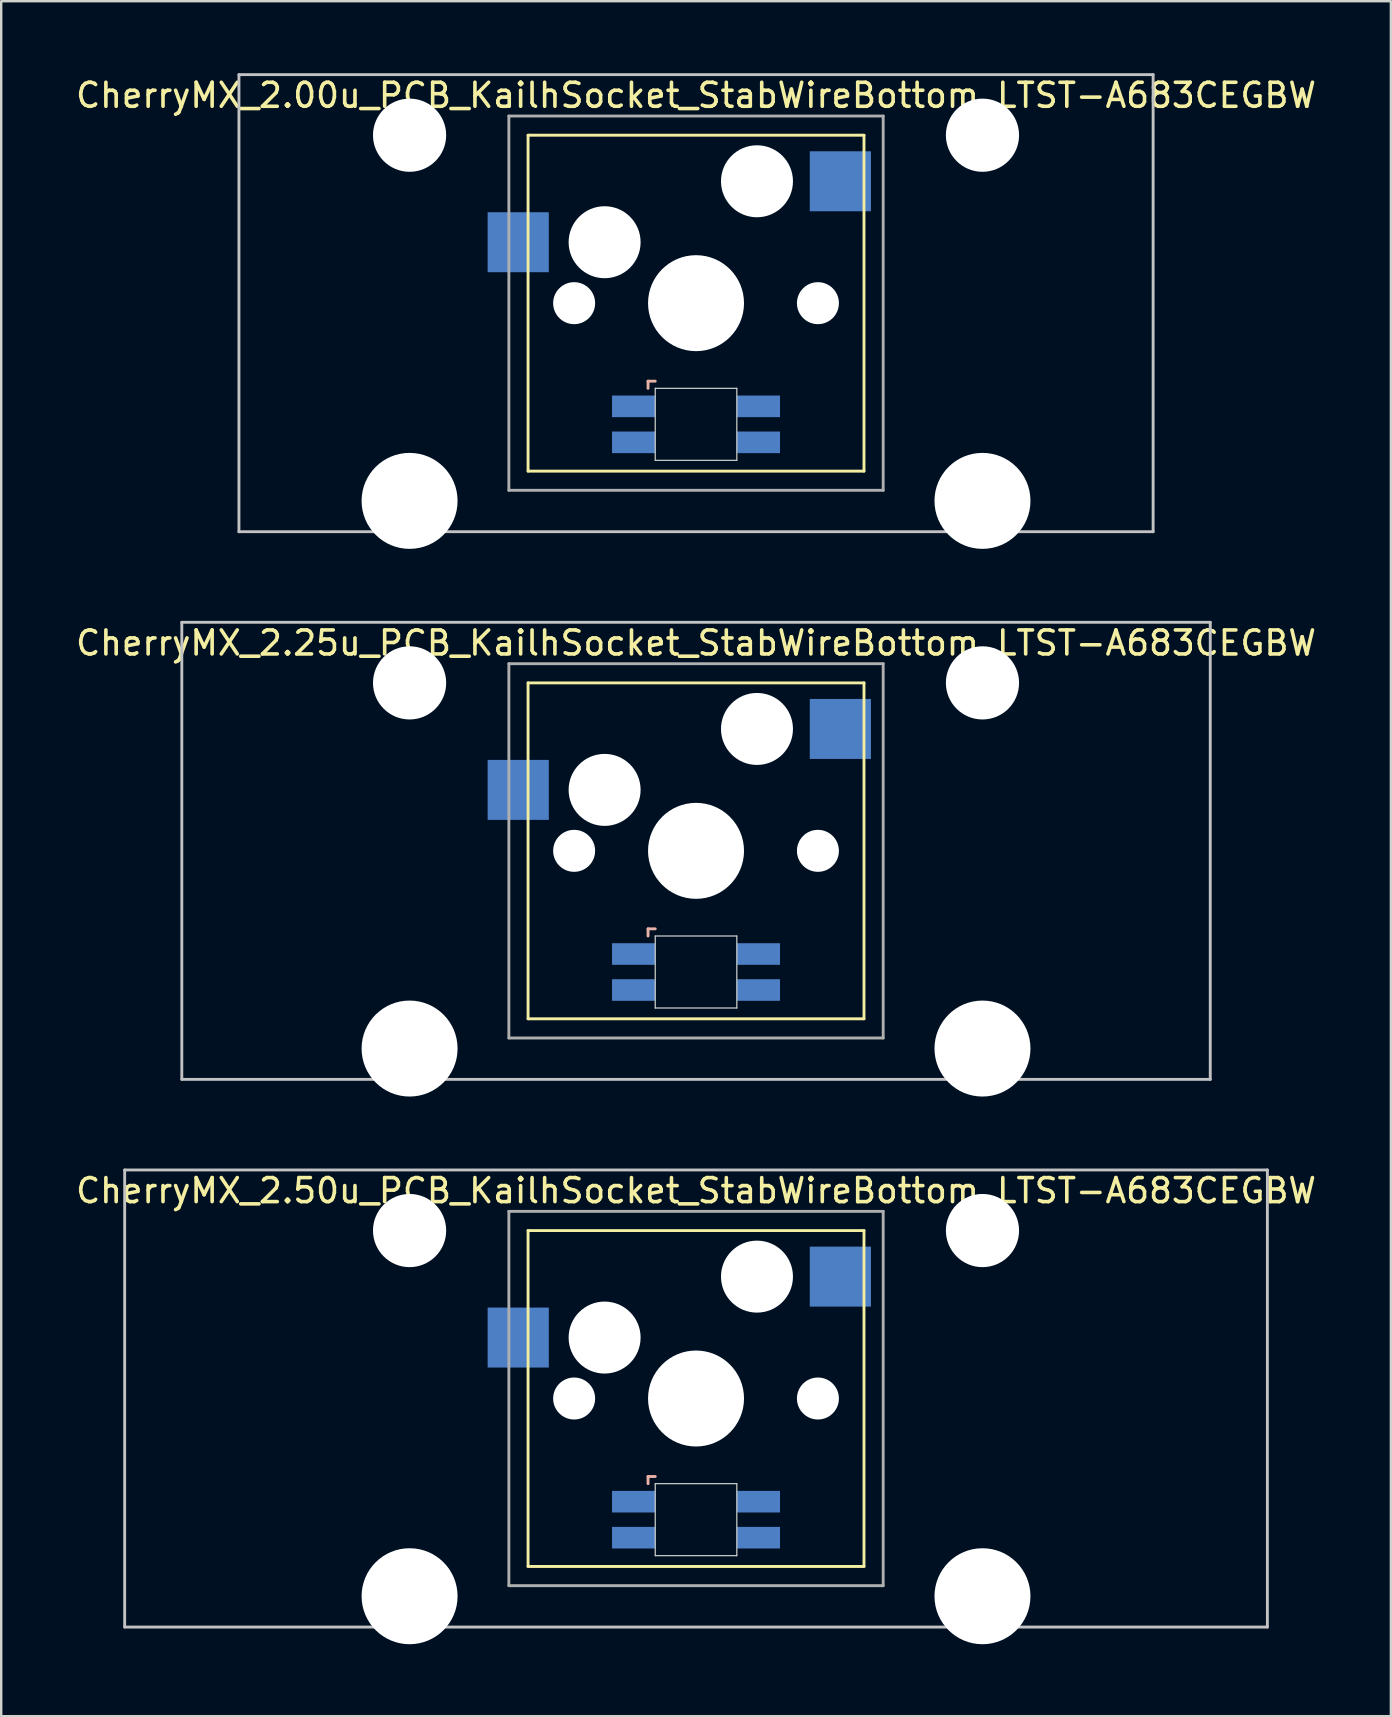
<source format=kicad_pcb>
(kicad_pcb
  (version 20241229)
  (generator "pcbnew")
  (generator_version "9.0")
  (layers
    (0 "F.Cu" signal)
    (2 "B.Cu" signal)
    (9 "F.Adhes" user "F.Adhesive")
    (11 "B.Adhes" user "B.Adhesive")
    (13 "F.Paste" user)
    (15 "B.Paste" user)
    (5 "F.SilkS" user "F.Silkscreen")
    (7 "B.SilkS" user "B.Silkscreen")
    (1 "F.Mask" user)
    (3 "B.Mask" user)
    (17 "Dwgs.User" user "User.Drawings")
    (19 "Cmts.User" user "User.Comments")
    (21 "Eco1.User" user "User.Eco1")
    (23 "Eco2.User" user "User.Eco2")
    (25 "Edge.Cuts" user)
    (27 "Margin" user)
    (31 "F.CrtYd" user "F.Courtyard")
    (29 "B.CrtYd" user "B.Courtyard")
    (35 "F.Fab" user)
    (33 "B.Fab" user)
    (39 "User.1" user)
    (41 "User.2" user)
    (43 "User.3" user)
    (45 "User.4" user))
  (footprint "CherryMX_2.25u_PCB_KailhSocket_StabWireBottom_LTST-A683CEGBW"
    (layer "F.Cu")
    (at 25.958 32.41)
    (property "Reference" "CherryMX_2.25u_PCB_KailhSocket_StabWireBottom_LTST-A683CEGBW" (at 0 -8.662 0) (layer "F.SilkS") (effects (font (size 1 1) (thickness 0.15))))
    (attr through_hole)
    (fp_line (start -7 -7) (end -7 7) (stroke (width 0.12) (type solid)) (layer "F.SilkS"))
    (fp_line (start -7 -7) (end 7 -7) (stroke (width 0.12) (type solid)) (layer "F.SilkS"))
    (fp_line (start 7 -7) (end 7 7) (stroke (width 0.12) (type solid)) (layer "F.SilkS"))
    (fp_line (start 7 7) (end -7 7) (stroke (width 0.12) (type solid)) (layer "F.SilkS"))
    (fp_line (start -2 3.25) (end -2 3.55) (stroke (width 0.12) (type solid)) (layer "B.SilkS"))
    (fp_line (start -1.7 3.25) (end -2 3.25) (stroke (width 0.12) (type solid)) (layer "B.SilkS"))
    (fp_line (start -21.431 -9.525) (end 21.431 -9.525) (stroke (width 0.12) (type solid)) (layer "Dwgs.User"))
    (fp_line (start -21.431 9.525) (end -21.431 -9.525) (stroke (width 0.12) (type solid)) (layer "Dwgs.User"))
    (fp_line (start 21.431 -9.525) (end 21.431 9.525) (stroke (width 0.12) (type solid)) (layer "Dwgs.User"))
    (fp_line (start 21.431 9.525) (end -21.431 9.525) (stroke (width 0.12) (type solid)) (layer "Dwgs.User"))
    (fp_line (start -1.7 3.55) (end 1.7 3.55) (stroke (width 0.05) (type solid)) (layer "Edge.Cuts"))
    (fp_line (start -1.7 6.55) (end -1.7 3.55) (stroke (width 0.05) (type solid)) (layer "Edge.Cuts"))
    (fp_line (start 1.7 3.55) (end 1.7 6.55) (stroke (width 0.05) (type solid)) (layer "Edge.Cuts"))
    (fp_line (start 1.7 6.55) (end -1.7 6.55) (stroke (width 0.05) (type solid)) (layer "Edge.Cuts"))
    (fp_line (start -7.8 -7.8) (end -7.8 7.8) (stroke (width 0.12) (type solid)) (layer "F.Fab"))
    (fp_line (start -7.8 -7.8) (end 7.8 -7.8) (stroke (width 0.12) (type solid)) (layer "F.Fab"))
    (fp_line (start -7.8 7.8) (end 7.8 7.8) (stroke (width 0.12) (type solid)) (layer "F.Fab"))
    (fp_line (start 7.8 -7.8) (end 7.8 7.8) (stroke (width 0.12) (type solid)) (layer "F.Fab"))
    (pad "" np_thru_hole circle (at -11.938 -7) (size 3.05 3.05) (drill 3.05) (layers "*.Cu" "*.Mask"))
    (pad "" np_thru_hole circle (at -11.938 8.24) (size 4 4) (drill 4) (layers "*.Cu" "*.Mask"))
    (pad "" np_thru_hole circle (at -5.08 0) (size 1.75 1.75) (drill 1.75) (layers "*.Cu" "*.Mask"))
    (pad "" np_thru_hole circle (at -3.81 -2.54) (size 3 3) (drill 3) (layers "*.Cu" "*.Mask"))
    (pad "" np_thru_hole circle (at 0 0) (size 4 4) (drill 4) (layers "*.Cu" "*.Mask"))
    (pad "" np_thru_hole circle (at 2.54 -5.08) (size 3 3) (drill 3) (layers "*.Cu" "*.Mask"))
    (pad "" np_thru_hole circle (at 5.08 0) (size 1.75 1.75) (drill 1.75) (layers "*.Cu" "*.Mask"))
    (pad "" np_thru_hole circle (at 11.938 -7) (size 3.05 3.05) (drill 3.05) (layers "*.Cu" "*.Mask"))
    (pad "" np_thru_hole circle (at 11.938 8.24) (size 4 4) (drill 4) (layers "*.Cu" "*.Mask"))
    (pad "1" smd rect (at -7.41 -2.54) (size 2.55 2.5) (layers "B.Cu" "B.Mask" "B.Paste"))
    (pad "2" smd rect (at 6.015 -5.08) (size 2.55 2.5) (layers "B.Cu" "B.Mask" "B.Paste"))
    (pad "3" smd rect (at -2.6 4.3) (size 1.8 0.9) (layers "B.Cu" "B.Mask" "B.Paste"))
    (pad "4" smd rect (at -2.6 5.8) (size 1.8 0.9) (layers "B.Cu" "B.Mask" "B.Paste"))
    (pad "5" smd rect (at 2.6 4.3) (size 1.8 0.9) (layers "B.Cu" "B.Mask" "B.Paste"))
    (pad "6" smd rect (at 2.6 5.8) (size 1.8 0.9) (layers "B.Cu" "B.Mask" "B.Paste")))
  (footprint "CherryMX_2.00u_PCB_KailhSocket_StabWireBottom_LTST-A683CEGBW"
    (layer "F.Cu")
    (at 25.958 9.585)
    (property "Reference" "CherryMX_2.00u_PCB_KailhSocket_StabWireBottom_LTST-A683CEGBW" (at 0 -8.662 0) (layer "F.SilkS") (effects (font (size 1 1) (thickness 0.15))))
    (attr through_hole)
    (fp_line (start -7 -7) (end -7 7) (stroke (width 0.12) (type solid)) (layer "F.SilkS"))
    (fp_line (start -7 -7) (end 7 -7) (stroke (width 0.12) (type solid)) (layer "F.SilkS"))
    (fp_line (start 7 -7) (end 7 7) (stroke (width 0.12) (type solid)) (layer "F.SilkS"))
    (fp_line (start 7 7) (end -7 7) (stroke (width 0.12) (type solid)) (layer "F.SilkS"))
    (fp_line (start -2 3.25) (end -2 3.55) (stroke (width 0.12) (type solid)) (layer "B.SilkS"))
    (fp_line (start -1.7 3.25) (end -2 3.25) (stroke (width 0.12) (type solid)) (layer "B.SilkS"))
    (fp_line (start -19.05 -9.525) (end 19.05 -9.525) (stroke (width 0.12) (type solid)) (layer "Dwgs.User"))
    (fp_line (start -19.05 9.525) (end -19.05 -9.525) (stroke (width 0.12) (type solid)) (layer "Dwgs.User"))
    (fp_line (start 19.05 -9.525) (end 19.05 9.525) (stroke (width 0.12) (type solid)) (layer "Dwgs.User"))
    (fp_line (start 19.05 9.525) (end -19.05 9.525) (stroke (width 0.12) (type solid)) (layer "Dwgs.User"))
    (fp_line (start -1.7 3.55) (end 1.7 3.55) (stroke (width 0.05) (type solid)) (layer "Edge.Cuts"))
    (fp_line (start -1.7 6.55) (end -1.7 3.55) (stroke (width 0.05) (type solid)) (layer "Edge.Cuts"))
    (fp_line (start 1.7 3.55) (end 1.7 6.55) (stroke (width 0.05) (type solid)) (layer "Edge.Cuts"))
    (fp_line (start 1.7 6.55) (end -1.7 6.55) (stroke (width 0.05) (type solid)) (layer "Edge.Cuts"))
    (fp_line (start -7.8 -7.8) (end -7.8 7.8) (stroke (width 0.12) (type solid)) (layer "F.Fab"))
    (fp_line (start -7.8 -7.8) (end 7.8 -7.8) (stroke (width 0.12) (type solid)) (layer "F.Fab"))
    (fp_line (start -7.8 7.8) (end 7.8 7.8) (stroke (width 0.12) (type solid)) (layer "F.Fab"))
    (fp_line (start 7.8 -7.8) (end 7.8 7.8) (stroke (width 0.12) (type solid)) (layer "F.Fab"))
    (pad "" np_thru_hole circle (at -11.938 -7) (size 3.05 3.05) (drill 3.05) (layers "*.Cu" "*.Mask"))
    (pad "" np_thru_hole circle (at -11.938 8.24) (size 4 4) (drill 4) (layers "*.Cu" "*.Mask"))
    (pad "" np_thru_hole circle (at -5.08 0) (size 1.75 1.75) (drill 1.75) (layers "*.Cu" "*.Mask"))
    (pad "" np_thru_hole circle (at -3.81 -2.54) (size 3 3) (drill 3) (layers "*.Cu" "*.Mask"))
    (pad "" np_thru_hole circle (at 0 0) (size 4 4) (drill 4) (layers "*.Cu" "*.Mask"))
    (pad "" np_thru_hole circle (at 2.54 -5.08) (size 3 3) (drill 3) (layers "*.Cu" "*.Mask"))
    (pad "" np_thru_hole circle (at 5.08 0) (size 1.75 1.75) (drill 1.75) (layers "*.Cu" "*.Mask"))
    (pad "" np_thru_hole circle (at 11.938 -7) (size 3.05 3.05) (drill 3.05) (layers "*.Cu" "*.Mask"))
    (pad "" np_thru_hole circle (at 11.938 8.24) (size 4 4) (drill 4) (layers "*.Cu" "*.Mask"))
    (pad "1" smd rect (at -7.41 -2.54) (size 2.55 2.5) (layers "B.Cu" "B.Mask" "B.Paste"))
    (pad "2" smd rect (at 6.015 -5.08) (size 2.55 2.5) (layers "B.Cu" "B.Mask" "B.Paste"))
    (pad "3" smd rect (at -2.6 4.3) (size 1.8 0.9) (layers "B.Cu" "B.Mask" "B.Paste"))
    (pad "4" smd rect (at -2.6 5.8) (size 1.8 0.9) (layers "B.Cu" "B.Mask" "B.Paste"))
    (pad "5" smd rect (at 2.6 4.3) (size 1.8 0.9) (layers "B.Cu" "B.Mask" "B.Paste"))
    (pad "6" smd rect (at 2.6 5.8) (size 1.8 0.9) (layers "B.Cu" "B.Mask" "B.Paste")))
  (footprint "CherryMX_2.50u_PCB_KailhSocket_StabWireBottom_LTST-A683CEGBW"
    (layer "F.Cu")
    (at 25.958 55.235)
    (property "Reference" "CherryMX_2.50u_PCB_KailhSocket_StabWireBottom_LTST-A683CEGBW" (at 0 -8.662 0) (layer "F.SilkS") (effects (font (size 1 1) (thickness 0.15))))
    (attr through_hole)
    (fp_line (start -7 -7) (end -7 7) (stroke (width 0.12) (type solid)) (layer "F.SilkS"))
    (fp_line (start -7 -7) (end 7 -7) (stroke (width 0.12) (type solid)) (layer "F.SilkS"))
    (fp_line (start 7 -7) (end 7 7) (stroke (width 0.12) (type solid)) (layer "F.SilkS"))
    (fp_line (start 7 7) (end -7 7) (stroke (width 0.12) (type solid)) (layer "F.SilkS"))
    (fp_line (start -2 3.25) (end -2 3.55) (stroke (width 0.12) (type solid)) (layer "B.SilkS"))
    (fp_line (start -1.7 3.25) (end -2 3.25) (stroke (width 0.12) (type solid)) (layer "B.SilkS"))
    (fp_line (start -23.812 -9.525) (end 23.812 -9.525) (stroke (width 0.12) (type solid)) (layer "Dwgs.User"))
    (fp_line (start -23.812 9.525) (end -23.812 -9.525) (stroke (width 0.12) (type solid)) (layer "Dwgs.User"))
    (fp_line (start 23.812 -9.525) (end 23.812 9.525) (stroke (width 0.12) (type solid)) (layer "Dwgs.User"))
    (fp_line (start 23.812 9.525) (end -23.812 9.525) (stroke (width 0.12) (type solid)) (layer "Dwgs.User"))
    (fp_line (start -1.7 3.55) (end 1.7 3.55) (stroke (width 0.05) (type solid)) (layer "Edge.Cuts"))
    (fp_line (start -1.7 6.55) (end -1.7 3.55) (stroke (width 0.05) (type solid)) (layer "Edge.Cuts"))
    (fp_line (start 1.7 3.55) (end 1.7 6.55) (stroke (width 0.05) (type solid)) (layer "Edge.Cuts"))
    (fp_line (start 1.7 6.55) (end -1.7 6.55) (stroke (width 0.05) (type solid)) (layer "Edge.Cuts"))
    (fp_line (start -7.8 -7.8) (end -7.8 7.8) (stroke (width 0.12) (type solid)) (layer "F.Fab"))
    (fp_line (start -7.8 -7.8) (end 7.8 -7.8) (stroke (width 0.12) (type solid)) (layer "F.Fab"))
    (fp_line (start -7.8 7.8) (end 7.8 7.8) (stroke (width 0.12) (type solid)) (layer "F.Fab"))
    (fp_line (start 7.8 -7.8) (end 7.8 7.8) (stroke (width 0.12) (type solid)) (layer "F.Fab"))
    (pad "" np_thru_hole circle (at -11.938 -7) (size 3.05 3.05) (drill 3.05) (layers "*.Cu" "*.Mask"))
    (pad "" np_thru_hole circle (at -11.938 8.24) (size 4 4) (drill 4) (layers "*.Cu" "*.Mask"))
    (pad "" np_thru_hole circle (at -5.08 0) (size 1.75 1.75) (drill 1.75) (layers "*.Cu" "*.Mask"))
    (pad "" np_thru_hole circle (at -3.81 -2.54) (size 3 3) (drill 3) (layers "*.Cu" "*.Mask"))
    (pad "" np_thru_hole circle (at 0 0) (size 4 4) (drill 4) (layers "*.Cu" "*.Mask"))
    (pad "" np_thru_hole circle (at 2.54 -5.08) (size 3 3) (drill 3) (layers "*.Cu" "*.Mask"))
    (pad "" np_thru_hole circle (at 5.08 0) (size 1.75 1.75) (drill 1.75) (layers "*.Cu" "*.Mask"))
    (pad "" np_thru_hole circle (at 11.938 -7) (size 3.05 3.05) (drill 3.05) (layers "*.Cu" "*.Mask"))
    (pad "" np_thru_hole circle (at 11.938 8.24) (size 4 4) (drill 4) (layers "*.Cu" "*.Mask"))
    (pad "1" smd rect (at -7.41 -2.54) (size 2.55 2.5) (layers "B.Cu" "B.Mask" "B.Paste"))
    (pad "2" smd rect (at 6.015 -5.08) (size 2.55 2.5) (layers "B.Cu" "B.Mask" "B.Paste"))
    (pad "3" smd rect (at -2.6 4.3) (size 1.8 0.9) (layers "B.Cu" "B.Mask" "B.Paste"))
    (pad "4" smd rect (at -2.6 5.8) (size 1.8 0.9) (layers "B.Cu" "B.Mask" "B.Paste"))
    (pad "5" smd rect (at 2.6 4.3) (size 1.8 0.9) (layers "B.Cu" "B.Mask" "B.Paste"))
    (pad "6" smd rect (at 2.6 5.8) (size 1.8 0.9) (layers "B.Cu" "B.Mask" "B.Paste")))
  (gr_rect
    (start -3 -3)
    (end 54.917 68.475)
    (stroke (width 0.1) (type default))
    (fill no)
    (layer "Edge.Cuts")))
</source>
